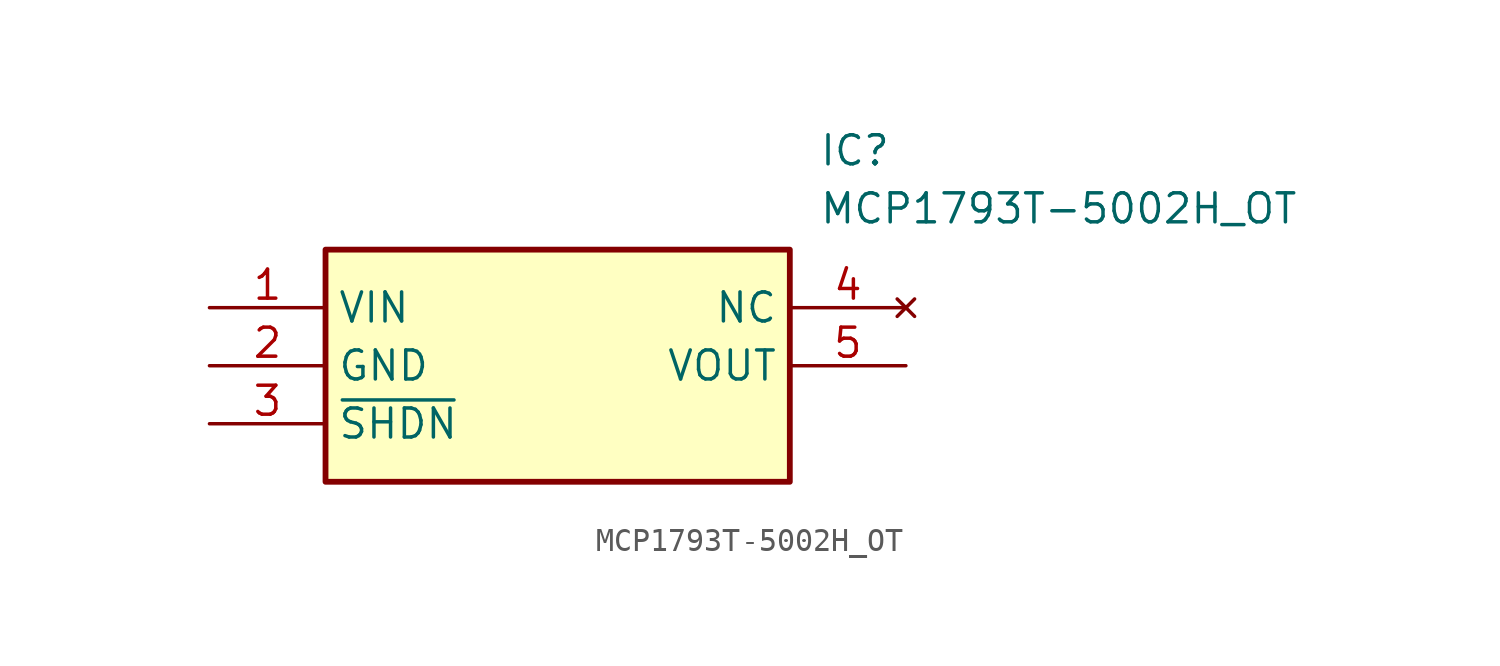
<source format=kicad_sym>
(kicad_symbol_lib
  (version 20211014)
  (generator SamacSys_ECAD_Model)
  (symbol "MCP1793T-5002H_OT"
    (property "Reference" "IC"
      (at 26.67 7.62 0)
      (effects (font (size 1.27 1.27)) (justify left top)))
    (property "Value" "MCP1793T-5002H_OT"
      (at 26.67 5.08 0)
      (effects (font (size 1.27 1.27)) (justify left top)))
    (rectangle
      (start 5.08 2.54)
      (end 25.4 -7.62)
      (stroke (width 0.254) (type default))
      (fill (type background)))
    (pin passive line
      (at 0 0 0)
      (length 5.08)
      (name "VIN" (effects (font (size 1.27 1.27))))
      (number "1" (effects (font (size 1.27 1.27)))))
    (pin passive line
      (at 0 -2.54 0)
      (length 5.08)
      (name "GND" (effects (font (size 1.27 1.27))))
      (number "2" (effects (font (size 1.27 1.27)))))
    (pin passive line
      (at 0 -5.08 0)
      (length 5.08)
      (name "~{SHDN}" (effects (font (size 1.27 1.27))))
      (number "3" (effects (font (size 1.27 1.27)))))
    (pin no_connect line
      (at 30.48 0 180)
      (length 5.08)
      (name "NC" (effects (font (size 1.27 1.27))))
      (number "4" (effects (font (size 1.27 1.27)))))
    (pin passive line
      (at 30.48 -2.54 180)
      (length 5.08)
      (name "VOUT" (effects (font (size 1.27 1.27))))
      (number "5" (effects (font (size 1.27 1.27)))))))
</source>
